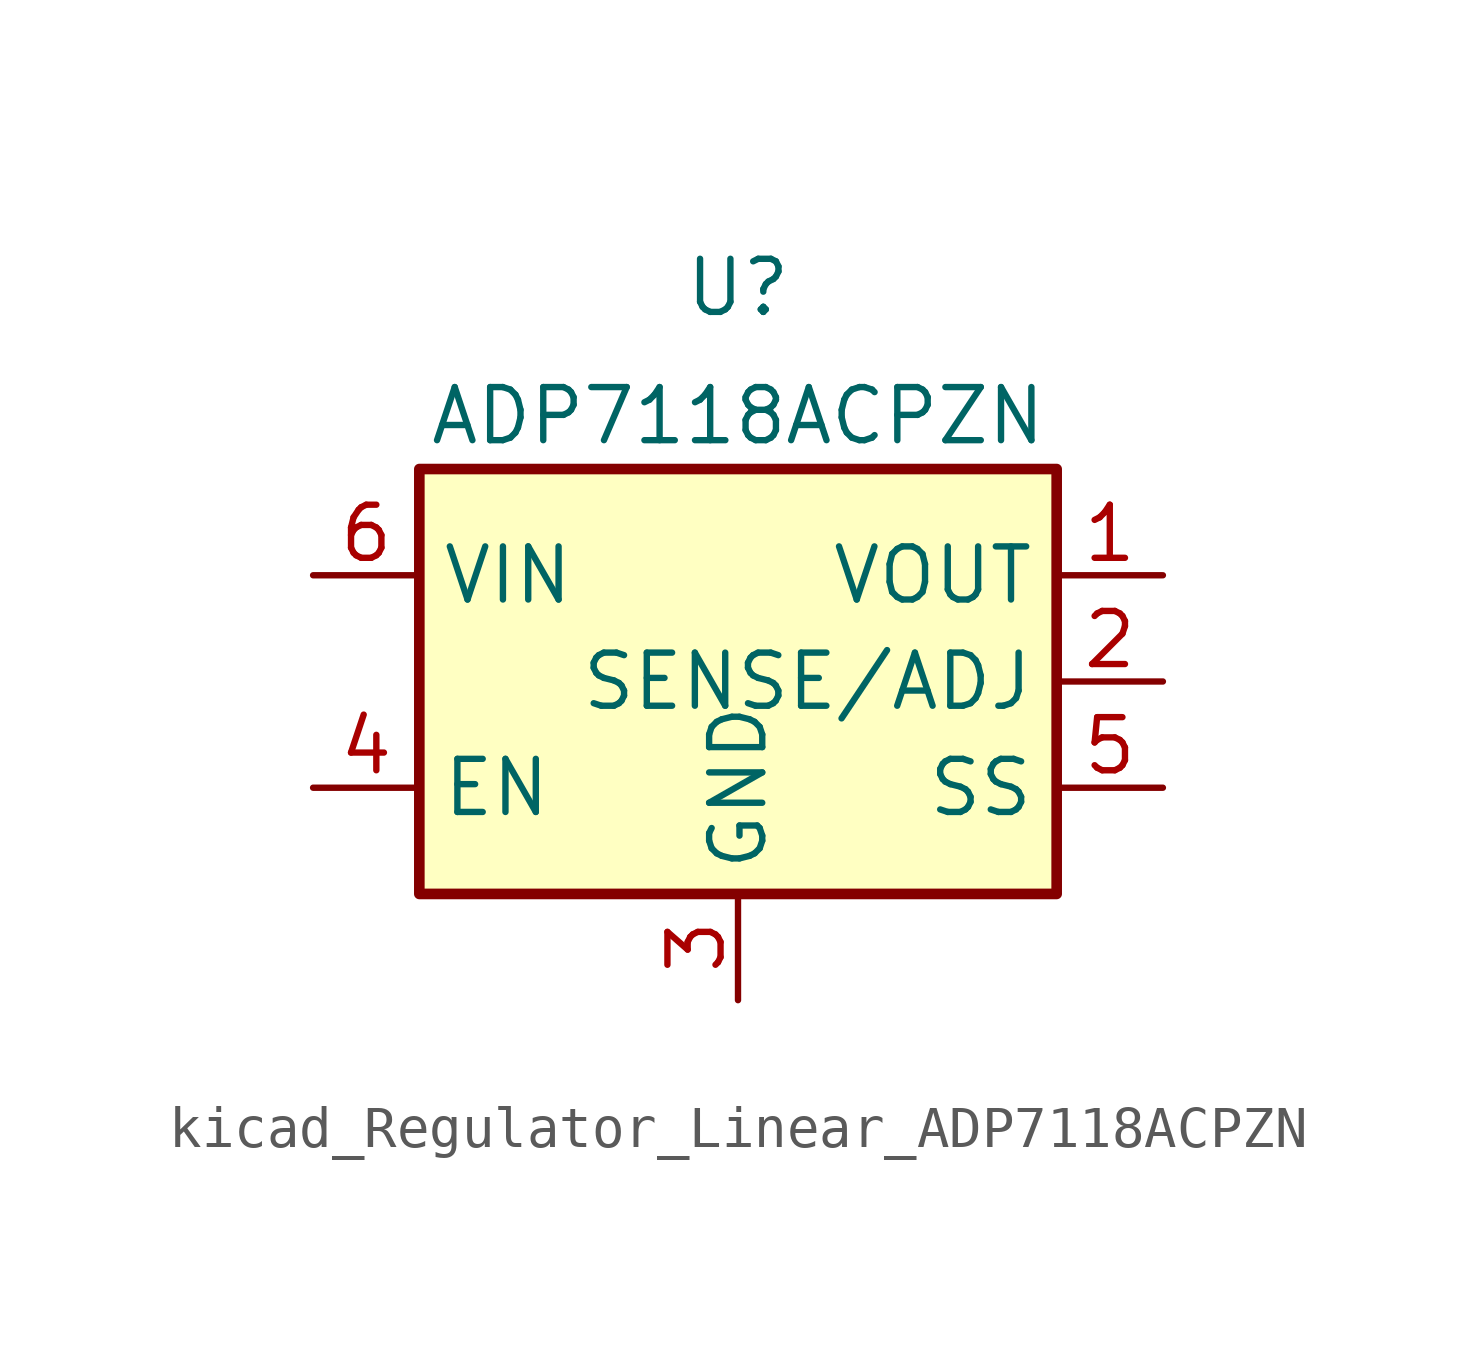
<source format=kicad_sym>
(kicad_symbol_lib
  (version 20220914)
  (generator kicad_symbol_editor)
  (symbol "kicad_Regulator_Linear_ADP7118ACPZN"
    (property "Reference" "U"
      (at 0 10.16 0)
      (effects (font (size 1.27 1.27)) (justify top)))
    (property "Value" "ADP7118ACPZN"
      (at 0 6.35 0)
      (effects (font (size 1.27 1.27))))
    (symbol "kicad_Regulator_Linear_ADP7118ACPZN_0_1"
      (rectangle (start -7.62 5.08) (end 7.62 -5.08) (stroke (width 0.254) (type default)) (fill (type background))))
    (symbol "kicad_Regulator_Linear_ADP7118ACPZN_1_1"
      (pin power_out line (at 10.16 2.54 180) (length 2.54) (name "VOUT" (effects (font (size 1.27 1.27)))) (number "1" (effects (font (size 1.27 1.27)))))
      (pin input line (at 10.16 0 180) (length 2.54) (name "SENSE/ADJ" (effects (font (size 1.27 1.27)))) (number "2" (effects (font (size 1.27 1.27)))))
      (pin power_in line (at 0 -7.62 90) (length 2.54) (name "GND" (effects (font (size 1.27 1.27)))) (number "3" (effects (font (size 1.27 1.27)))))
      (pin input line (at -10.16 -2.54 0) (length 2.54) (name "EN" (effects (font (size 1.27 1.27)))) (number "4" (effects (font (size 1.27 1.27)))))
      (pin passive line (at 10.16 -2.54 180) (length 2.54) (name "SS" (effects (font (size 1.27 1.27)))) (number "5" (effects (font (size 1.27 1.27)))))
      (pin power_in line (at -10.16 2.54 0) (length 2.54) (name "VIN" (effects (font (size 1.27 1.27)))) (number "6" (effects (font (size 1.27 1.27)))))
      (pin passive line (at 0 -7.62 90) (length 2.54) hide (name "GND" (effects (font (size 1.27 1.27)))) (number "7" (effects (font (size 1.27 1.27))))))))
</source>
